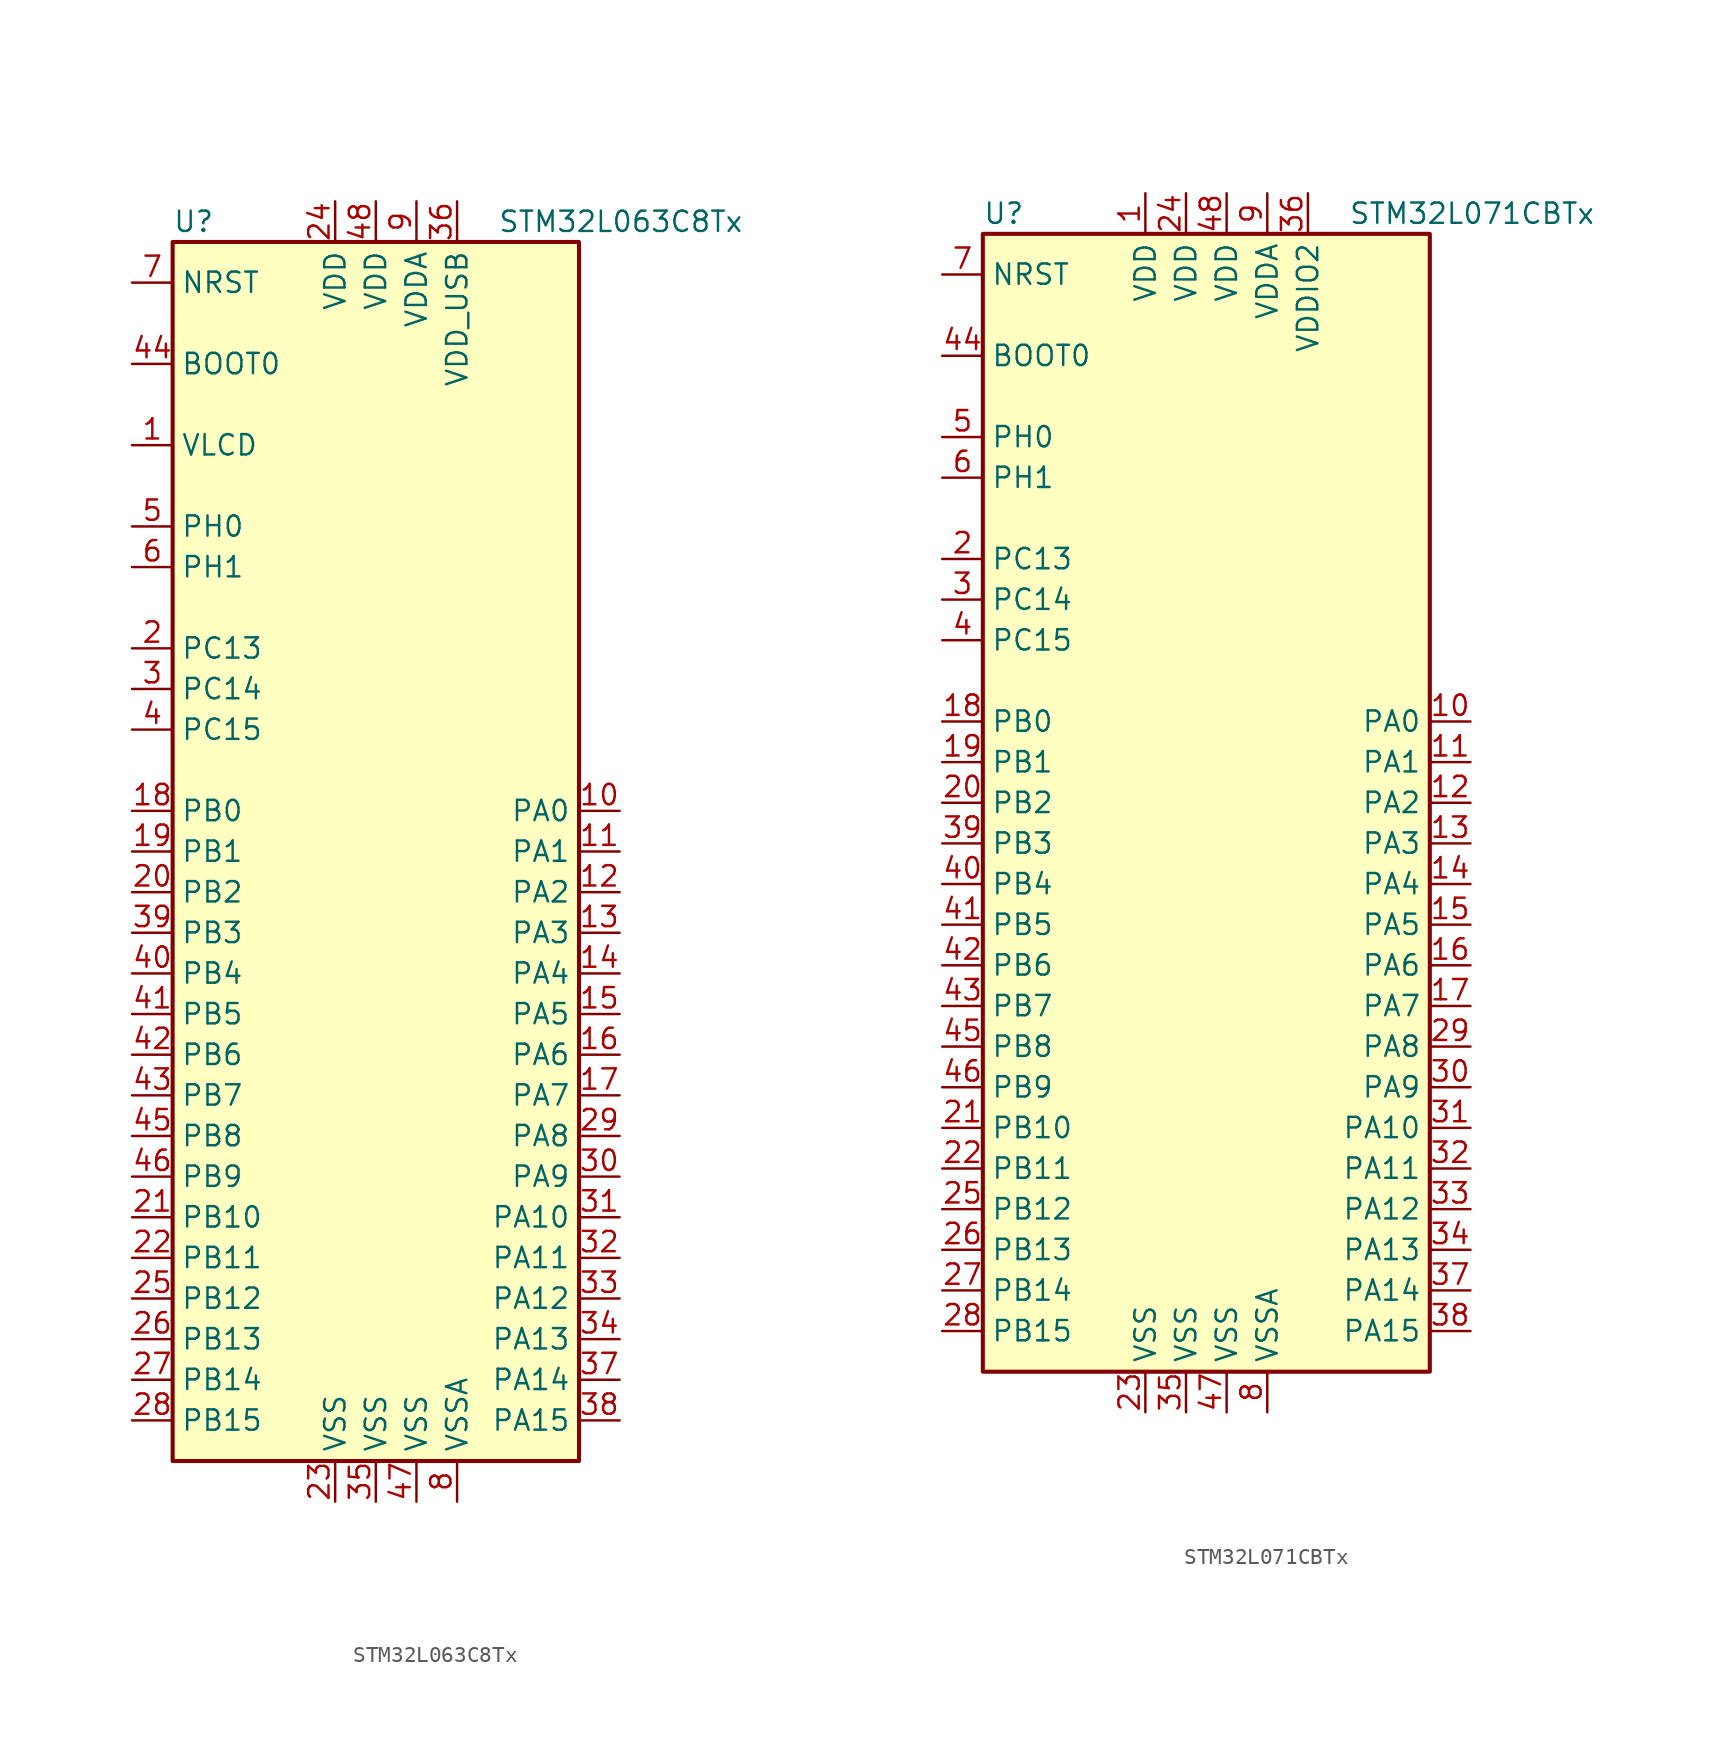
<source format=kicad_sym>
(kicad_symbol_lib
  (version 20211014)
  (generator kicad_symbol_editor)
  (symbol "STM32L063C8Tx"
    (property "Reference" "U"
      (at -12.7 39.37 0)
      (effects (font (size 1.27 1.27)) (justify left)))
    (property "Value" "STM32L063C8Tx"
      (at 7.62 39.37 0)
      (effects (font (size 1.27 1.27)) (justify left)))
    (symbol "STM32L063C8Tx_0_1"
      (rectangle (start -12.7 -38.1) (end 12.7 38.1) (stroke (width 0.254) (type default) (color 0 0 0 0)) (fill (type background))))
    (symbol "STM32L063C8Tx_1_1"
      (pin power_in line (at -15.24 25.4 0) (length 2.54) (name "VLCD" (effects (font (size 1.27 1.27)))) (number "1" (effects (font (size 1.27 1.27)))))
      (pin bidirectional line (at 15.24 2.54 180) (length 2.54) (name "PA0" (effects (font (size 1.27 1.27)))) (number "10" (effects (font (size 1.27 1.27)))))
      (pin bidirectional line (at 15.24 0 180) (length 2.54) (name "PA1" (effects (font (size 1.27 1.27)))) (number "11" (effects (font (size 1.27 1.27)))))
      (pin bidirectional line (at 15.24 -2.54 180) (length 2.54) (name "PA2" (effects (font (size 1.27 1.27)))) (number "12" (effects (font (size 1.27 1.27)))))
      (pin bidirectional line (at 15.24 -5.08 180) (length 2.54) (name "PA3" (effects (font (size 1.27 1.27)))) (number "13" (effects (font (size 1.27 1.27)))))
      (pin bidirectional line (at 15.24 -7.62 180) (length 2.54) (name "PA4" (effects (font (size 1.27 1.27)))) (number "14" (effects (font (size 1.27 1.27)))))
      (pin bidirectional line (at 15.24 -10.16 180) (length 2.54) (name "PA5" (effects (font (size 1.27 1.27)))) (number "15" (effects (font (size 1.27 1.27)))))
      (pin bidirectional line (at 15.24 -12.7 180) (length 2.54) (name "PA6" (effects (font (size 1.27 1.27)))) (number "16" (effects (font (size 1.27 1.27)))))
      (pin bidirectional line (at 15.24 -15.24 180) (length 2.54) (name "PA7" (effects (font (size 1.27 1.27)))) (number "17" (effects (font (size 1.27 1.27)))))
      (pin bidirectional line (at -15.24 2.54 0) (length 2.54) (name "PB0" (effects (font (size 1.27 1.27)))) (number "18" (effects (font (size 1.27 1.27)))))
      (pin bidirectional line (at -15.24 0 0) (length 2.54) (name "PB1" (effects (font (size 1.27 1.27)))) (number "19" (effects (font (size 1.27 1.27)))))
      (pin bidirectional line (at -15.24 12.7 0) (length 2.54) (name "PC13" (effects (font (size 1.27 1.27)))) (number "2" (effects (font (size 1.27 1.27)))))
      (pin bidirectional line (at -15.24 -2.54 0) (length 2.54) (name "PB2" (effects (font (size 1.27 1.27)))) (number "20" (effects (font (size 1.27 1.27)))))
      (pin bidirectional line (at -15.24 -22.86 0) (length 2.54) (name "PB10" (effects (font (size 1.27 1.27)))) (number "21" (effects (font (size 1.27 1.27)))))
      (pin bidirectional line (at -15.24 -25.4 0) (length 2.54) (name "PB11" (effects (font (size 1.27 1.27)))) (number "22" (effects (font (size 1.27 1.27)))))
      (pin power_in line (at -2.54 -40.64 90) (length 2.54) (name "VSS" (effects (font (size 1.27 1.27)))) (number "23" (effects (font (size 1.27 1.27)))))
      (pin power_in line (at -2.54 40.64 270) (length 2.54) (name "VDD" (effects (font (size 1.27 1.27)))) (number "24" (effects (font (size 1.27 1.27)))))
      (pin bidirectional line (at -15.24 -27.94 0) (length 2.54) (name "PB12" (effects (font (size 1.27 1.27)))) (number "25" (effects (font (size 1.27 1.27)))))
      (pin bidirectional line (at -15.24 -30.48 0) (length 2.54) (name "PB13" (effects (font (size 1.27 1.27)))) (number "26" (effects (font (size 1.27 1.27)))))
      (pin bidirectional line (at -15.24 -33.02 0) (length 2.54) (name "PB14" (effects (font (size 1.27 1.27)))) (number "27" (effects (font (size 1.27 1.27)))))
      (pin bidirectional line (at -15.24 -35.56 0) (length 2.54) (name "PB15" (effects (font (size 1.27 1.27)))) (number "28" (effects (font (size 1.27 1.27)))))
      (pin bidirectional line (at 15.24 -17.78 180) (length 2.54) (name "PA8" (effects (font (size 1.27 1.27)))) (number "29" (effects (font (size 1.27 1.27)))))
      (pin bidirectional line (at -15.24 10.16 0) (length 2.54) (name "PC14" (effects (font (size 1.27 1.27)))) (number "3" (effects (font (size 1.27 1.27)))))
      (pin bidirectional line (at 15.24 -20.32 180) (length 2.54) (name "PA9" (effects (font (size 1.27 1.27)))) (number "30" (effects (font (size 1.27 1.27)))))
      (pin bidirectional line (at 15.24 -22.86 180) (length 2.54) (name "PA10" (effects (font (size 1.27 1.27)))) (number "31" (effects (font (size 1.27 1.27)))))
      (pin bidirectional line (at 15.24 -25.4 180) (length 2.54) (name "PA11" (effects (font (size 1.27 1.27)))) (number "32" (effects (font (size 1.27 1.27)))))
      (pin bidirectional line (at 15.24 -27.94 180) (length 2.54) (name "PA12" (effects (font (size 1.27 1.27)))) (number "33" (effects (font (size 1.27 1.27)))))
      (pin bidirectional line (at 15.24 -30.48 180) (length 2.54) (name "PA13" (effects (font (size 1.27 1.27)))) (number "34" (effects (font (size 1.27 1.27)))))
      (pin power_in line (at 0 -40.64 90) (length 2.54) (name "VSS" (effects (font (size 1.27 1.27)))) (number "35" (effects (font (size 1.27 1.27)))))
      (pin power_in line (at 5.08 40.64 270) (length 2.54) (name "VDD_USB" (effects (font (size 1.27 1.27)))) (number "36" (effects (font (size 1.27 1.27)))))
      (pin bidirectional line (at 15.24 -33.02 180) (length 2.54) (name "PA14" (effects (font (size 1.27 1.27)))) (number "37" (effects (font (size 1.27 1.27)))))
      (pin bidirectional line (at 15.24 -35.56 180) (length 2.54) (name "PA15" (effects (font (size 1.27 1.27)))) (number "38" (effects (font (size 1.27 1.27)))))
      (pin bidirectional line (at -15.24 -5.08 0) (length 2.54) (name "PB3" (effects (font (size 1.27 1.27)))) (number "39" (effects (font (size 1.27 1.27)))))
      (pin bidirectional line (at -15.24 7.62 0) (length 2.54) (name "PC15" (effects (font (size 1.27 1.27)))) (number "4" (effects (font (size 1.27 1.27)))))
      (pin bidirectional line (at -15.24 -7.62 0) (length 2.54) (name "PB4" (effects (font (size 1.27 1.27)))) (number "40" (effects (font (size 1.27 1.27)))))
      (pin bidirectional line (at -15.24 -10.16 0) (length 2.54) (name "PB5" (effects (font (size 1.27 1.27)))) (number "41" (effects (font (size 1.27 1.27)))))
      (pin bidirectional line (at -15.24 -12.7 0) (length 2.54) (name "PB6" (effects (font (size 1.27 1.27)))) (number "42" (effects (font (size 1.27 1.27)))))
      (pin bidirectional line (at -15.24 -15.24 0) (length 2.54) (name "PB7" (effects (font (size 1.27 1.27)))) (number "43" (effects (font (size 1.27 1.27)))))
      (pin input line (at -15.24 30.48 0) (length 2.54) (name "BOOT0" (effects (font (size 1.27 1.27)))) (number "44" (effects (font (size 1.27 1.27)))))
      (pin bidirectional line (at -15.24 -17.78 0) (length 2.54) (name "PB8" (effects (font (size 1.27 1.27)))) (number "45" (effects (font (size 1.27 1.27)))))
      (pin bidirectional line (at -15.24 -20.32 0) (length 2.54) (name "PB9" (effects (font (size 1.27 1.27)))) (number "46" (effects (font (size 1.27 1.27)))))
      (pin power_in line (at 2.54 -40.64 90) (length 2.54) (name "VSS" (effects (font (size 1.27 1.27)))) (number "47" (effects (font (size 1.27 1.27)))))
      (pin power_in line (at 0 40.64 270) (length 2.54) (name "VDD" (effects (font (size 1.27 1.27)))) (number "48" (effects (font (size 1.27 1.27)))))
      (pin input line (at -15.24 20.32 0) (length 2.54) (name "PH0" (effects (font (size 1.27 1.27)))) (number "5" (effects (font (size 1.27 1.27)))))
      (pin input line (at -15.24 17.78 0) (length 2.54) (name "PH1" (effects (font (size 1.27 1.27)))) (number "6" (effects (font (size 1.27 1.27)))))
      (pin input line (at -15.24 35.56 0) (length 2.54) (name "NRST" (effects (font (size 1.27 1.27)))) (number "7" (effects (font (size 1.27 1.27)))))
      (pin power_in line (at 5.08 -40.64 90) (length 2.54) (name "VSSA" (effects (font (size 1.27 1.27)))) (number "8" (effects (font (size 1.27 1.27)))))
      (pin power_in line (at 2.54 40.64 270) (length 2.54) (name "VDDA" (effects (font (size 1.27 1.27)))) (number "9" (effects (font (size 1.27 1.27)))))))
  (symbol "STM32L071CBTx"
    (property "Reference" "U"
      (at -15.24 36.83 0)
      (effects (font (size 1.27 1.27)) (justify left)))
    (property "Value" "STM32L071CBTx"
      (at 7.62 36.83 0)
      (effects (font (size 1.27 1.27)) (justify left)))
    (symbol "STM32L071CBTx_0_1"
      (rectangle (start -15.24 -35.56) (end 12.7 35.56) (stroke (width 0.254) (type default) (color 0 0 0 0)) (fill (type background))))
    (symbol "STM32L071CBTx_1_1"
      (pin power_in line (at -5.08 38.1 270) (length 2.54) (name "VDD" (effects (font (size 1.27 1.27)))) (number "1" (effects (font (size 1.27 1.27)))))
      (pin bidirectional line (at 15.24 5.08 180) (length 2.54) (name "PA0" (effects (font (size 1.27 1.27)))) (number "10" (effects (font (size 1.27 1.27)))))
      (pin bidirectional line (at 15.24 2.54 180) (length 2.54) (name "PA1" (effects (font (size 1.27 1.27)))) (number "11" (effects (font (size 1.27 1.27)))))
      (pin bidirectional line (at 15.24 0 180) (length 2.54) (name "PA2" (effects (font (size 1.27 1.27)))) (number "12" (effects (font (size 1.27 1.27)))))
      (pin bidirectional line (at 15.24 -2.54 180) (length 2.54) (name "PA3" (effects (font (size 1.27 1.27)))) (number "13" (effects (font (size 1.27 1.27)))))
      (pin bidirectional line (at 15.24 -5.08 180) (length 2.54) (name "PA4" (effects (font (size 1.27 1.27)))) (number "14" (effects (font (size 1.27 1.27)))))
      (pin bidirectional line (at 15.24 -7.62 180) (length 2.54) (name "PA5" (effects (font (size 1.27 1.27)))) (number "15" (effects (font (size 1.27 1.27)))))
      (pin bidirectional line (at 15.24 -10.16 180) (length 2.54) (name "PA6" (effects (font (size 1.27 1.27)))) (number "16" (effects (font (size 1.27 1.27)))))
      (pin bidirectional line (at 15.24 -12.7 180) (length 2.54) (name "PA7" (effects (font (size 1.27 1.27)))) (number "17" (effects (font (size 1.27 1.27)))))
      (pin bidirectional line (at -17.78 5.08 0) (length 2.54) (name "PB0" (effects (font (size 1.27 1.27)))) (number "18" (effects (font (size 1.27 1.27)))))
      (pin bidirectional line (at -17.78 2.54 0) (length 2.54) (name "PB1" (effects (font (size 1.27 1.27)))) (number "19" (effects (font (size 1.27 1.27)))))
      (pin bidirectional line (at -17.78 15.24 0) (length 2.54) (name "PC13" (effects (font (size 1.27 1.27)))) (number "2" (effects (font (size 1.27 1.27)))))
      (pin bidirectional line (at -17.78 0 0) (length 2.54) (name "PB2" (effects (font (size 1.27 1.27)))) (number "20" (effects (font (size 1.27 1.27)))))
      (pin bidirectional line (at -17.78 -20.32 0) (length 2.54) (name "PB10" (effects (font (size 1.27 1.27)))) (number "21" (effects (font (size 1.27 1.27)))))
      (pin bidirectional line (at -17.78 -22.86 0) (length 2.54) (name "PB11" (effects (font (size 1.27 1.27)))) (number "22" (effects (font (size 1.27 1.27)))))
      (pin power_in line (at -5.08 -38.1 90) (length 2.54) (name "VSS" (effects (font (size 1.27 1.27)))) (number "23" (effects (font (size 1.27 1.27)))))
      (pin power_in line (at -2.54 38.1 270) (length 2.54) (name "VDD" (effects (font (size 1.27 1.27)))) (number "24" (effects (font (size 1.27 1.27)))))
      (pin bidirectional line (at -17.78 -25.4 0) (length 2.54) (name "PB12" (effects (font (size 1.27 1.27)))) (number "25" (effects (font (size 1.27 1.27)))))
      (pin bidirectional line (at -17.78 -27.94 0) (length 2.54) (name "PB13" (effects (font (size 1.27 1.27)))) (number "26" (effects (font (size 1.27 1.27)))))
      (pin bidirectional line (at -17.78 -30.48 0) (length 2.54) (name "PB14" (effects (font (size 1.27 1.27)))) (number "27" (effects (font (size 1.27 1.27)))))
      (pin bidirectional line (at -17.78 -33.02 0) (length 2.54) (name "PB15" (effects (font (size 1.27 1.27)))) (number "28" (effects (font (size 1.27 1.27)))))
      (pin bidirectional line (at 15.24 -15.24 180) (length 2.54) (name "PA8" (effects (font (size 1.27 1.27)))) (number "29" (effects (font (size 1.27 1.27)))))
      (pin bidirectional line (at -17.78 12.7 0) (length 2.54) (name "PC14" (effects (font (size 1.27 1.27)))) (number "3" (effects (font (size 1.27 1.27)))))
      (pin bidirectional line (at 15.24 -17.78 180) (length 2.54) (name "PA9" (effects (font (size 1.27 1.27)))) (number "30" (effects (font (size 1.27 1.27)))))
      (pin bidirectional line (at 15.24 -20.32 180) (length 2.54) (name "PA10" (effects (font (size 1.27 1.27)))) (number "31" (effects (font (size 1.27 1.27)))))
      (pin bidirectional line (at 15.24 -22.86 180) (length 2.54) (name "PA11" (effects (font (size 1.27 1.27)))) (number "32" (effects (font (size 1.27 1.27)))))
      (pin bidirectional line (at 15.24 -25.4 180) (length 2.54) (name "PA12" (effects (font (size 1.27 1.27)))) (number "33" (effects (font (size 1.27 1.27)))))
      (pin bidirectional line (at 15.24 -27.94 180) (length 2.54) (name "PA13" (effects (font (size 1.27 1.27)))) (number "34" (effects (font (size 1.27 1.27)))))
      (pin power_in line (at -2.54 -38.1 90) (length 2.54) (name "VSS" (effects (font (size 1.27 1.27)))) (number "35" (effects (font (size 1.27 1.27)))))
      (pin power_in line (at 5.08 38.1 270) (length 2.54) (name "VDDIO2" (effects (font (size 1.27 1.27)))) (number "36" (effects (font (size 1.27 1.27)))))
      (pin bidirectional line (at 15.24 -30.48 180) (length 2.54) (name "PA14" (effects (font (size 1.27 1.27)))) (number "37" (effects (font (size 1.27 1.27)))))
      (pin bidirectional line (at 15.24 -33.02 180) (length 2.54) (name "PA15" (effects (font (size 1.27 1.27)))) (number "38" (effects (font (size 1.27 1.27)))))
      (pin bidirectional line (at -17.78 -2.54 0) (length 2.54) (name "PB3" (effects (font (size 1.27 1.27)))) (number "39" (effects (font (size 1.27 1.27)))))
      (pin bidirectional line (at -17.78 10.16 0) (length 2.54) (name "PC15" (effects (font (size 1.27 1.27)))) (number "4" (effects (font (size 1.27 1.27)))))
      (pin bidirectional line (at -17.78 -5.08 0) (length 2.54) (name "PB4" (effects (font (size 1.27 1.27)))) (number "40" (effects (font (size 1.27 1.27)))))
      (pin bidirectional line (at -17.78 -7.62 0) (length 2.54) (name "PB5" (effects (font (size 1.27 1.27)))) (number "41" (effects (font (size 1.27 1.27)))))
      (pin bidirectional line (at -17.78 -10.16 0) (length 2.54) (name "PB6" (effects (font (size 1.27 1.27)))) (number "42" (effects (font (size 1.27 1.27)))))
      (pin bidirectional line (at -17.78 -12.7 0) (length 2.54) (name "PB7" (effects (font (size 1.27 1.27)))) (number "43" (effects (font (size 1.27 1.27)))))
      (pin input line (at -17.78 27.94 0) (length 2.54) (name "BOOT0" (effects (font (size 1.27 1.27)))) (number "44" (effects (font (size 1.27 1.27)))))
      (pin bidirectional line (at -17.78 -15.24 0) (length 2.54) (name "PB8" (effects (font (size 1.27 1.27)))) (number "45" (effects (font (size 1.27 1.27)))))
      (pin bidirectional line (at -17.78 -17.78 0) (length 2.54) (name "PB9" (effects (font (size 1.27 1.27)))) (number "46" (effects (font (size 1.27 1.27)))))
      (pin power_in line (at 0 -38.1 90) (length 2.54) (name "VSS" (effects (font (size 1.27 1.27)))) (number "47" (effects (font (size 1.27 1.27)))))
      (pin power_in line (at 0 38.1 270) (length 2.54) (name "VDD" (effects (font (size 1.27 1.27)))) (number "48" (effects (font (size 1.27 1.27)))))
      (pin input line (at -17.78 22.86 0) (length 2.54) (name "PH0" (effects (font (size 1.27 1.27)))) (number "5" (effects (font (size 1.27 1.27)))))
      (pin input line (at -17.78 20.32 0) (length 2.54) (name "PH1" (effects (font (size 1.27 1.27)))) (number "6" (effects (font (size 1.27 1.27)))))
      (pin input line (at -17.78 33.02 0) (length 2.54) (name "NRST" (effects (font (size 1.27 1.27)))) (number "7" (effects (font (size 1.27 1.27)))))
      (pin power_in line (at 2.54 -38.1 90) (length 2.54) (name "VSSA" (effects (font (size 1.27 1.27)))) (number "8" (effects (font (size 1.27 1.27)))))
      (pin power_in line (at 2.54 38.1 270) (length 2.54) (name "VDDA" (effects (font (size 1.27 1.27)))) (number "9" (effects (font (size 1.27 1.27))))))))
</source>
